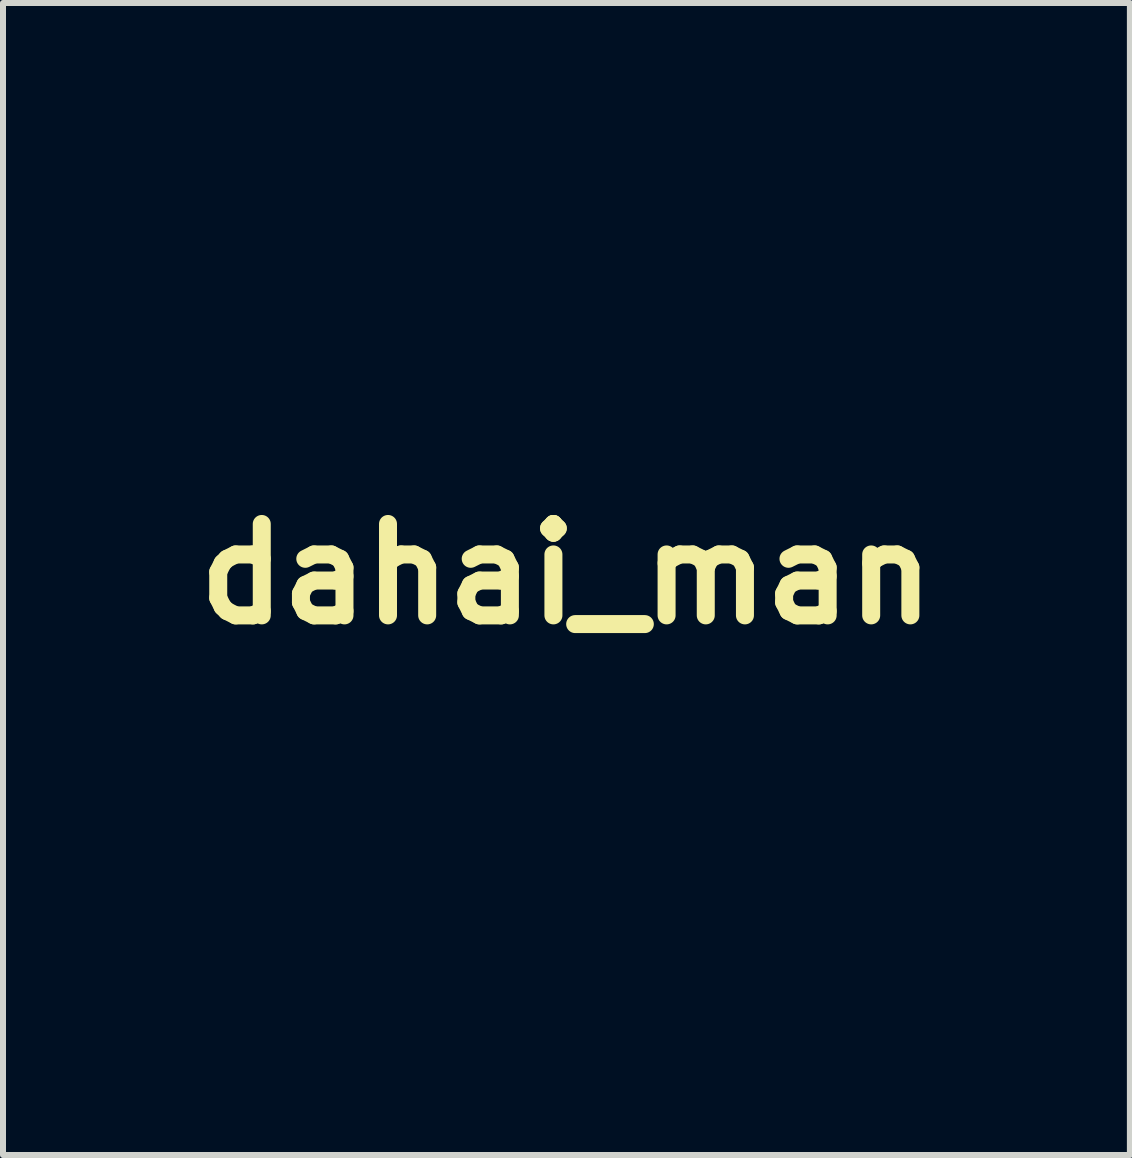
<source format=kicad_pcb>
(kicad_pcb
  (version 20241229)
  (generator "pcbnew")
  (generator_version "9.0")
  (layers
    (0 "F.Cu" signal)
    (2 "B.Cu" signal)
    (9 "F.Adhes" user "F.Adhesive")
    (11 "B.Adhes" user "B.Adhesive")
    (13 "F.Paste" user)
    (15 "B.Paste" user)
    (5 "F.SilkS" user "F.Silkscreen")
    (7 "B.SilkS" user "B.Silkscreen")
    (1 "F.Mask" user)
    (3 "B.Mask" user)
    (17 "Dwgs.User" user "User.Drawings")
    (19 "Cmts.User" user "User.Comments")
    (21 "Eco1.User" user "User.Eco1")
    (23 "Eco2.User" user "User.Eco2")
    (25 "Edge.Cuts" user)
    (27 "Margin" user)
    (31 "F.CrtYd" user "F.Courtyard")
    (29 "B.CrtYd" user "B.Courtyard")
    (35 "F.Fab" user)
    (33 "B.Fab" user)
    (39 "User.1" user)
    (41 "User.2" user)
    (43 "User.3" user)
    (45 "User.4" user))
  (footprint "dahai_man"
    (layer "F.Cu")
    (at 6.394 6.52)
    (property "Reference" "dahai_man" (at 0 0 0) (layer "F.SilkS") (effects (font (size 1.524 1.524) (thickness 0.3))))
    (attr through_hole)
    (fp_poly (pts (xy -0.51 -3.854) (xy -0.455 -3.748) (xy -0.493 -3.725) (xy -0.617 -3.788) (xy -0.638 -3.816) (xy -0.67 -3.926) (xy -0.604 -3.935) (xy -0.51 -3.854)) (stroke (width 0.01) (type solid)) (fill yes) (layer "F.Mask"))
    (fp_poly (pts (xy -0.229 -3.918) (xy -0.212 -3.895) (xy -0.216 -3.817) (xy -0.244 -3.81) (xy -0.364 -3.872) (xy -0.381 -3.895) (xy -0.377 -3.973) (xy -0.349 -3.979) (xy -0.229 -3.918)) (stroke (width 0.01) (type solid)) (fill yes) (layer "F.Mask"))
    (fp_poly (pts (xy 0.499 -3.318) (xy 0.508 -3.26) (xy 0.49 -3.147) (xy 0.475 -3.133) (xy 0.42 -3.199) (xy 0.393 -3.26) (xy 0.391 -3.369) (xy 0.426 -3.387) (xy 0.499 -3.318)) (stroke (width 0.01) (type solid)) (fill yes) (layer "F.Mask"))
    (fp_poly (pts (xy 0.569 -2.748) (xy 0.59 -2.737) (xy 0.576 -2.671) (xy 0.452 -2.599) (xy 0.277 -2.549) (xy 0.191 -2.541) (xy 0.042 -2.569) (xy 0 -2.615) (xy 0.072 -2.672) (xy 0.24 -2.723) (xy 0.43 -2.754) (xy 0.569 -2.748)) (stroke (width 0.01) (type solid)) (fill yes) (layer "F.Mask"))
    (fp_poly (pts (xy 1.143 -3.997) (xy 1.16 -3.945) (xy 1.061 -3.842) (xy 0.929 -3.846) (xy 0.905 -3.865) (xy 0.87 -3.937) (xy 0.931 -3.937) (xy 0.974 -3.895) (xy 1.016 -3.937) (xy 0.974 -3.979) (xy 0.931 -3.937) (xy 0.87 -3.937) (xy 0.849 -3.981) (xy 0.942 -4.04) (xy 1.017 -4.041) (xy 1.143 -3.997)) (stroke (width 0.01) (type solid)) (fill yes) (layer "F.Mask"))
    (fp_poly (pts (xy -0.032 -1.057) (xy 0.276 -0.982) (xy 0.493 -0.866) (xy 0.523 -0.837) (xy 0.67 -0.721) (xy 0.774 -0.697) (xy 0.855 -0.648) (xy 0.888 -0.502) (xy 0.873 -0.323) (xy 0.807 -0.176) (xy 0.785 -0.153) (xy 0.637 -0.091) (xy 0.393 -0.043) (xy 0.273 -0.03) (xy -0.009 -0.003) (xy -0.247 0.03) (xy -0.309 0.042) (xy -0.483 0.024) (xy -0.542 -0.05) (xy -0.582 -0.196) (xy -0.542 -0.276) (xy -0.393 -0.306) (xy -0.104 -0.303) (xy -0.099 -0.303) (xy 0.191 -0.301) (xy 0.345 -0.33) (xy 0.384 -0.381) (xy 0.593 -0.381) (xy 0.635 -0.339) (xy 0.677 -0.381) (xy 0.635 -0.423) (xy 0.593 -0.381) (xy 0.384 -0.381) (xy 0.395 -0.395) (xy 0.395 -0.406) (xy 0.362 -0.474) (xy 0.239 -0.501) (xy -0.008 -0.492) (xy -0.099 -0.484) (xy -0.386 -0.467) (xy -0.539 -0.484) (xy -0.591 -0.542) (xy -0.593 -0.558) (xy -0.525 -0.663) (xy -0.464 -0.677) (xy -0.377 -0.721) (xy -0.38 -0.762) (xy 0.042 -0.762) (xy 0.147 -0.681) (xy 0.169 -0.677) (xy 0.279 -0.739) (xy 0.296 -0.762) (xy 0.27 -0.828) (xy 0.169 -0.847) (xy 0.049 -0.815) (xy 0.042 -0.762) (xy -0.38 -0.762) (xy -0.385 -0.876) (xy -0.39 -0.896) (xy -0.415 -1.025) (xy -0.38 -1.082) (xy -0.246 -1.085) (xy -0.032 -1.057)) (stroke (width 0.01) (type solid)) (fill yes) (layer "F.Mask"))
    (fp_poly (pts (xy 0.219 -6.456) (xy 0.332 -6.375) (xy 0.483 -6.35) (xy 0.71 -6.278) (xy 0.96 -6.087) (xy 1.194 -5.819) (xy 1.374 -5.512) (xy 1.44 -5.333) (xy 1.496 -4.961) (xy 1.489 -4.569) (xy 1.486 -4.543) (xy 1.462 -4.282) (xy 1.488 -4.129) (xy 1.576 -4.027) (xy 1.604 -4.007) (xy 1.74 -3.838) (xy 1.778 -3.691) (xy 1.718 -3.493) (xy 1.575 -3.313) (xy 1.405 -3.22) (xy 1.376 -3.217) (xy 1.283 -3.148) (xy 1.156 -2.974) (xy 1.027 -2.75) (xy 0.923 -2.528) (xy 0.875 -2.363) (xy 0.879 -2.324) (xy 0.981 -2.24) (xy 1.175 -2.174) (xy 1.179 -2.173) (xy 1.426 -2.056) (xy 1.521 -1.913) (xy 1.59 -1.75) (xy 1.712 -1.478) (xy 1.868 -1.142) (xy 1.974 -0.917) (xy 2.139 -0.557) (xy 2.28 -0.23) (xy 2.377 0.02) (xy 2.406 0.115) (xy 2.409 0.373) (xy 2.314 0.585) (xy 2.155 0.723) (xy 1.967 0.754) (xy 1.795 0.66) (xy 1.738 0.524) (xy 1.701 0.281) (xy 1.692 0.089) (xy 1.681 -0.253) (xy 1.655 -0.433) (xy 1.621 -0.457) (xy 1.586 -0.331) (xy 1.558 -0.061) (xy 1.546 0.211) (xy 1.543 0.637) (xy 1.567 0.947) (xy 1.623 1.194) (xy 1.691 1.373) (xy 1.829 1.76) (xy 1.908 2.146) (xy 1.925 2.487) (xy 1.875 2.74) (xy 1.822 2.822) (xy 1.738 2.935) (xy 1.719 3.078) (xy 1.759 3.31) (xy 1.772 3.367) (xy 1.828 3.686) (xy 1.868 4.066) (xy 1.88 4.29) (xy 1.892 4.579) (xy 1.928 4.753) (xy 2.013 4.865) (xy 2.172 4.969) (xy 2.216 4.994) (xy 2.517 5.21) (xy 2.673 5.455) (xy 2.709 5.7) (xy 2.665 5.896) (xy 2.522 5.992) (xy 2.271 5.99) (xy 1.898 5.891) (xy 1.623 5.79) (xy 1.241 5.631) (xy 1.004 5.504) (xy 0.895 5.393) (xy 0.897 5.304) (xy 1.028 5.304) (xy 1.07 5.412) (xy 1.164 5.464) (xy 1.514 5.607) (xy 1.854 5.734) (xy 2.145 5.832) (xy 2.347 5.888) (xy 2.413 5.894) (xy 2.48 5.803) (xy 2.523 5.615) (xy 2.523 5.612) (xy 2.516 5.426) (xy 2.421 5.289) (xy 2.249 5.168) (xy 2.051 5.056) (xy 1.933 5.034) (xy 1.835 5.096) (xy 1.815 5.116) (xy 1.613 5.24) (xy 1.426 5.195) (xy 1.375 5.151) (xy 1.258 5.099) (xy 1.147 5.162) (xy 1.028 5.304) (xy 0.897 5.304) (xy 0.897 5.279) (xy 0.995 5.145) (xy 1 5.14) (xy 1.114 4.981) (xy 1.17 4.788) (xy 1.168 4.526) (xy 1.11 4.16) (xy 1.05 3.884) (xy 0.955 3.529) (xy 0.844 3.282) (xy 0.767 3.184) (xy 1.032 3.184) (xy 1.035 3.267) (xy 1.076 3.458) (xy 1.101 3.558) (xy 1.173 3.861) (xy 1.245 4.22) (xy 1.273 4.38) (xy 1.333 4.661) (xy 1.405 4.884) (xy 1.449 4.965) (xy 1.572 5.066) (xy 1.657 5.023) (xy 1.709 4.828) (xy 1.728 4.476) (xy 1.728 4.31) (xy 1.712 3.933) (xy 1.677 3.582) (xy 1.628 3.321) (xy 1.617 3.285) (xy 1.542 3.086) (xy 1.464 3.018) (xy 1.335 3.049) (xy 1.286 3.069) (xy 1.115 3.144) (xy 1.032 3.184) (xy 0.767 3.184) (xy 0.687 3.081) (xy 0.606 3.002) (xy 0.419 2.835) (xy 0.284 2.73) (xy 0.249 2.712) (xy 0.185 2.779) (xy 0.088 2.948) (xy 0.059 3.006) (xy -0.061 3.196) (xy -0.183 3.297) (xy -0.208 3.302) (xy -0.333 3.371) (xy -0.454 3.535) (xy -0.581 3.814) (xy -0.715 4.162) (xy -0.844 4.538) (xy -0.954 4.9) (xy -1.032 5.208) (xy -1.066 5.419) (xy -1.063 5.472) (xy -1.068 5.597) (xy -1.155 5.758) (xy -1.342 5.982) (xy -1.522 6.172) (xy -1.846 6.477) (xy -2.096 6.645) (xy -2.292 6.681) (xy -2.454 6.59) (xy -2.569 6.434) (xy -2.661 6.22) (xy -2.659 6.121) (xy -2.537 6.121) (xy -2.463 6.368) (xy -2.4 6.449) (xy -2.267 6.568) (xy -2.19 6.604) (xy -2.102 6.547) (xy -1.931 6.396) (xy -1.711 6.181) (xy -1.653 6.121) (xy -1.379 5.826) (xy -1.231 5.627) (xy -1.206 5.512) (xy -1.301 5.467) (xy -1.513 5.479) (xy -1.524 5.48) (xy -1.743 5.498) (xy -1.841 5.464) (xy -1.863 5.37) (xy -1.888 5.305) (xy -1.977 5.344) (xy -2.151 5.497) (xy -2.201 5.546) (xy -2.451 5.85) (xy -2.537 6.121) (xy -2.659 6.121) (xy -2.658 6.014) (xy -2.548 5.78) (xy -2.322 5.48) (xy -2.261 5.409) (xy -2.064 5.144) (xy -1.767 5.144) (xy -1.75 5.266) (xy -1.675 5.317) (xy -1.544 5.321) (xy -1.516 5.318) (xy -1.399 5.298) (xy -1.307 5.246) (xy -1.223 5.134) (xy -1.129 4.934) (xy -1.005 4.616) (xy -0.925 4.403) (xy -0.792 4.036) (xy -0.685 3.724) (xy -0.615 3.502) (xy -0.594 3.413) (xy -0.667 3.338) (xy -0.847 3.288) (xy -0.868 3.286) (xy -1.143 3.26) (xy -1.46 4.142) (xy -1.623 4.604) (xy -1.725 4.931) (xy -1.767 5.144) (xy -2.064 5.144) (xy -2.041 5.113) (xy -1.845 4.782) (xy -1.763 4.603) (xy -1.643 4.283) (xy -1.524 3.946) (xy -1.418 3.63) (xy -1.337 3.372) (xy -1.293 3.212) (xy -1.291 3.178) (xy -1.566 3.01) (xy -1.72 2.849) (xy -1.753 2.692) (xy -1.611 2.692) (xy -1.532 2.865) (xy -1.33 3.016) (xy -1.05 3.13) (xy -0.739 3.197) (xy -0.443 3.205) (xy -0.207 3.139) (xy -0.136 3.087) (xy 0.001 2.864) (xy 0.106 2.526) (xy 0.163 2.131) (xy 0.169 1.964) (xy 0.184 1.754) (xy 0.222 1.647) (xy 0.244 1.645) (xy 0.28 1.749) (xy 0.285 1.959) (xy 0.276 2.063) (xy 0.264 2.302) (xy 0.31 2.477) (xy 0.443 2.662) (xy 0.531 2.76) (xy 0.828 3.085) (xy 1.303 2.935) (xy 1.622 2.81) (xy 1.775 2.687) (xy 1.79 2.642) (xy 1.771 2.104) (xy 1.644 1.573) (xy 1.6 1.461) (xy 1.439 1.086) (xy 1.079 1.157) (xy 0.836 1.187) (xy 0.481 1.21) (xy 0.075 1.221) (xy -0.135 1.222) (xy -0.989 1.216) (xy -1.301 1.857) (xy -1.446 2.178) (xy -1.555 2.462) (xy -1.608 2.659) (xy -1.611 2.692) (xy -1.753 2.692) (xy -1.76 2.659) (xy -1.694 2.402) (xy -1.529 2.042) (xy -1.515 2.015) (xy -1.408 1.793) (xy -1.334 1.601) (xy -1.286 1.399) (xy -1.257 1.146) (xy -1.241 0.801) (xy -1.231 0.366) (xy -1.225 -0.113) (xy -1.231 -0.444) (xy -1.251 -0.647) (xy -1.285 -0.745) (xy -1.317 -0.762) (xy -1.417 -0.685) (xy -1.528 -0.479) (xy -1.634 -0.183) (xy -1.721 0.164) (xy -1.765 0.435) (xy -1.812 0.713) (xy -1.884 0.875) (xy -2.01 0.976) (xy -2.055 0.999) (xy -2.336 1.073) (xy -2.544 1.012) (xy -2.663 0.841) (xy -2.673 0.675) (xy -2.54 0.675) (xy -2.525 0.856) (xy -2.446 0.921) (xy -2.265 0.916) (xy -2.094 0.885) (xy -2.003 0.803) (xy -1.953 0.621) (xy -1.935 0.508) (xy -1.867 0.176) (xy -1.767 -0.174) (xy -1.739 -0.254) (xy -1.625 -0.568) (xy -1.565 -0.765) (xy -1.551 -0.884) (xy -1.575 -0.967) (xy -1.598 -1.006) (xy -1.678 -1.081) (xy -1.767 -1.047) (xy -1.882 -0.89) (xy -2.037 -0.593) (xy -2.066 -0.534) (xy -2.211 -0.235) (xy -2.345 0.035) (xy -2.421 0.182) (xy -2.509 0.438) (xy -2.54 0.675) (xy -2.673 0.675) (xy -2.678 0.582) (xy -2.574 0.26) (xy -2.553 0.218) (xy -2.443 -0.004) (xy -2.378 -0.165) (xy -2.37 -0.201) (xy -2.331 -0.309) (xy -2.229 -0.515) (xy -2.1 -0.75) (xy -1.956 -1.02) (xy -1.853 -1.251) (xy -1.826 -1.345) (xy -1.673 -1.345) (xy -1.563 -1.15) (xy -1.526 -1.101) (xy -1.395 -0.961) (xy -1.283 -0.947) (xy -1.19 -0.995) (xy -1.038 -1.08) (xy -0.978 -1.065) (xy -0.991 -0.924) (xy -1.023 -0.783) (xy -1.058 -0.552) (xy -1.082 -0.236) (xy -1.095 0.12) (xy -1.096 0.471) (xy -1.085 0.774) (xy -1.062 0.983) (xy -1.037 1.052) (xy -0.92 1.084) (xy -0.674 1.099) (xy -0.34 1.102) (xy 0.042 1.091) (xy 0.433 1.071) (xy 0.793 1.042) (xy 1.081 1.006) (xy 1.257 0.965) (xy 1.287 0.948) (xy 1.34 0.81) (xy 1.377 0.543) (xy 1.396 0.19) (xy 1.396 -0.208) (xy 1.377 -0.61) (xy 1.338 -0.976) (xy 1.336 -0.992) (xy 1.555 -0.992) (xy 1.613 -0.766) (xy 1.653 -0.673) (xy 1.744 -0.376) (xy 1.79 -0.037) (xy 1.792 0.051) (xy 1.797 0.353) (xy 1.841 0.519) (xy 1.938 0.58) (xy 2.061 0.576) (xy 2.211 0.496) (xy 2.272 0.304) (xy 2.263 0.058) (xy 2.211 -0.12) (xy 2.131 -0.289) (xy 2.013 -0.553) (xy 1.903 -0.804) (xy 1.781 -1.071) (xy 1.701 -1.201) (xy 1.642 -1.216) (xy 1.594 -1.156) (xy 1.555 -0.992) (xy 1.336 -0.992) (xy 1.327 -1.046) (xy 1.297 -1.3) (xy 1.315 -1.408) (xy 1.339 -1.407) (xy 1.43 -1.414) (xy 1.478 -1.536) (xy 1.47 -1.72) (xy 1.443 -1.81) (xy 1.291 -2.034) (xy 1.071 -2.11) (xy 0.802 -2.036) (xy 0.597 -1.896) (xy 0.411 -1.761) (xy 0.237 -1.71) (xy -0.005 -1.725) (xy -0.066 -1.734) (xy -0.337 -1.796) (xy -0.554 -1.884) (xy -0.61 -1.922) (xy -0.806 -1.993) (xy -1.068 -1.947) (xy -1.352 -1.797) (xy -1.499 -1.677) (xy -1.652 -1.501) (xy -1.673 -1.345) (xy -1.826 -1.345) (xy -1.817 -1.374) (xy -1.729 -1.588) (xy -1.526 -1.805) (xy -1.254 -1.981) (xy -1.091 -2.045) (xy -0.879 -2.14) (xy -0.848 -2.168) (xy -0.593 -2.168) (xy -0.52 -2.006) (xy -0.332 -1.9) (xy -0.076 -1.855) (xy 0.203 -1.876) (xy 0.456 -1.967) (xy 0.566 -2.047) (xy 0.736 -2.239) (xy 0.759 -2.349) (xy 0.637 -2.372) (xy 0.402 -2.311) (xy 0.096 -2.241) (xy -0.211 -2.222) (xy -0.275 -2.228) (xy -0.509 -2.235) (xy -0.592 -2.175) (xy -0.593 -2.168) (xy -0.848 -2.168) (xy -0.75 -2.256) (xy -0.738 -2.282) (xy -0.768 -2.417) (xy -0.881 -2.601) (xy -1.038 -2.791) (xy -1.201 -2.94) (xy -1.331 -3.006) (xy -1.364 -3) (xy -1.494 -3.004) (xy -1.633 -3.122) (xy -1.741 -3.308) (xy -1.741 -3.31) (xy -1.623 -3.31) (xy -1.589 -3.239) (xy -1.436 -3.147) (xy -1.346 -3.133) (xy -1.207 -3.074) (xy -1.009 -2.92) (xy -0.842 -2.757) (xy -0.583 -2.516) (xy -0.351 -2.376) (xy -0.269 -2.353) (xy 0.078 -2.365) (xy 0.438 -2.458) (xy 0.724 -2.609) (xy 0.731 -2.615) (xy 0.866 -2.766) (xy 1.02 -2.996) (xy 1.161 -3.245) (xy 1.167 -3.26) (xy 1.342 -3.26) (xy 1.513 -3.454) (xy 1.621 -3.629) (xy 1.638 -3.772) (xy 1.552 -3.881) (xy 1.465 -3.872) (xy 1.438 -3.789) (xy 1.42 -3.628) (xy 1.389 -3.471) (xy 1.342 -3.26) (xy 1.167 -3.26) (xy 1.253 -3.455) (xy 1.27 -3.538) (xy 1.198 -3.578) (xy 1.023 -3.575) (xy 1.016 -3.574) (xy 0.778 -3.585) (xy 0.562 -3.669) (xy 0.418 -3.796) (xy 0.403 -3.881) (xy 0.562 -3.881) (xy 0.651 -3.779) (xy 0.89 -3.728) (xy 0.947 -3.727) (xy 1.149 -3.78) (xy 1.231 -3.905) (xy 1.232 -4.087) (xy 1.109 -4.173) (xy 0.889 -4.148) (xy 0.855 -4.136) (xy 0.628 -4.009) (xy 0.562 -3.881) (xy 0.403 -3.881) (xy 0.393 -3.938) (xy 0.394 -3.94) (xy 0.518 -4.084) (xy 0.738 -4.218) (xy 0.983 -4.305) (xy 1.096 -4.318) (xy 1.242 -4.377) (xy 1.27 -4.473) (xy 1.232 -4.656) (xy 1.128 -4.694) (xy 1.045 -4.646) (xy 0.915 -4.603) (xy 0.733 -4.682) (xy 0.721 -4.69) (xy 0.566 -4.778) (xy 0.478 -4.759) (xy 0.406 -4.661) (xy 0.249 -4.535) (xy 0.13 -4.536) (xy -0.058 -4.507) (xy -0.142 -4.417) (xy -0.192 -4.286) (xy -0.115 -4.192) (xy -0.036 -4.145) (xy 0.136 -3.982) (xy 0.149 -3.78) (xy 0.032 -3.6) (xy -0.13 -3.51) (xy -0.397 -3.484) (xy -0.539 -3.488) (xy -0.795 -3.509) (xy -0.927 -3.554) (xy -0.981 -3.651) (xy -0.998 -3.772) (xy -0.931 -3.772) (xy -0.866 -3.637) (xy -0.826 -3.612) (xy -0.616 -3.571) (xy -0.359 -3.57) (xy -0.145 -3.609) (xy -0.098 -3.631) (xy -0.015 -3.765) (xy -0.014 -3.862) (xy -0.111 -3.989) (xy -0.305 -4.047) (xy -0.539 -4.042) (xy -0.757 -3.98) (xy -0.902 -3.866) (xy -0.931 -3.772) (xy -0.998 -3.772) (xy -1 -3.789) (xy -1.006 -3.961) (xy -0.957 -4.061) (xy -0.814 -4.127) (xy -0.57 -4.186) (xy -0.41 -4.238) (xy -0.388 -4.323) (xy -0.433 -4.421) (xy -0.531 -4.604) (xy -0.682 -4.418) (xy -0.824 -4.29) (xy -0.984 -4.292) (xy -1.048 -4.314) (xy -1.242 -4.35) (xy -1.331 -4.263) (xy -1.325 -4.042) (xy -1.312 -3.977) (xy -1.292 -3.796) (xy -1.35 -3.729) (xy -1.393 -3.725) (xy -1.528 -3.654) (xy -1.615 -3.49) (xy -1.623 -3.31) (xy -1.741 -3.31) (xy -1.778 -3.492) (xy -1.737 -3.696) (xy -1.601 -3.788) (xy -1.482 -3.846) (xy -1.461 -3.971) (xy -1.484 -4.097) (xy -1.551 -4.688) (xy -1.538 -4.769) (xy -1.468 -4.769) (xy -1.462 -4.601) (xy -1.364 -4.51) (xy -1.185 -4.464) (xy -1.005 -4.431) (xy -0.92 -4.414) (xy -0.84 -4.468) (xy -0.74 -4.593) (xy -0.643 -4.721) (xy -0.561 -4.726) (xy -0.426 -4.616) (xy -0.29 -4.506) (xy -0.215 -4.511) (xy -0.156 -4.599) (xy -0.018 -4.707) (xy 0.084 -4.699) (xy 0.261 -4.724) (xy 0.366 -4.83) (xy 0.463 -4.948) (xy 0.558 -4.955) (xy 0.716 -4.863) (xy 0.902 -4.772) (xy 1.022 -4.799) (xy 1.036 -4.812) (xy 1.149 -4.856) (xy 1.286 -4.769) (xy 1.4 -4.68) (xy 1.437 -4.711) (xy 1.439 -4.761) (xy 1.394 -5.034) (xy 1.279 -5.369) (xy 1.124 -5.695) (xy 0.96 -5.939) (xy 0.929 -5.971) (xy 0.693 -6.12) (xy 0.399 -6.205) (xy 0.108 -6.217) (xy -0.117 -6.148) (xy -0.154 -6.119) (xy -0.316 -6.041) (xy -0.522 -6.011) (xy -0.797 -5.931) (xy -1.056 -5.709) (xy -1.273 -5.372) (xy -1.396 -5.055) (xy -1.468 -4.769) (xy -1.538 -4.769) (xy -1.467 -5.215) (xy -1.329 -5.525) (xy -1.094 -5.85) (xy -0.838 -6.077) (xy -0.595 -6.178) (xy -0.556 -6.181) (xy -0.468 -6.234) (xy -0.481 -6.318) (xy -0.499 -6.407) (xy -0.418 -6.391) (xy -0.352 -6.357) (xy -0.21 -6.302) (xy -0.169 -6.353) (xy -0.169 -6.356) (xy -0.108 -6.416) (xy -0.048 -6.406) (xy 0.085 -6.419) (xy 0.122 -6.461) (xy 0.178 -6.515) (xy 0.219 -6.456)) (stroke (width 0.01) (type solid)) (fill yes) (layer "F.Mask")))
  (gr_rect
    (start -3 -3)
    (end 15.787 16.206)
    (stroke (width 0.1) (type default))
    (fill no)
    (layer "Edge.Cuts")))
</source>
